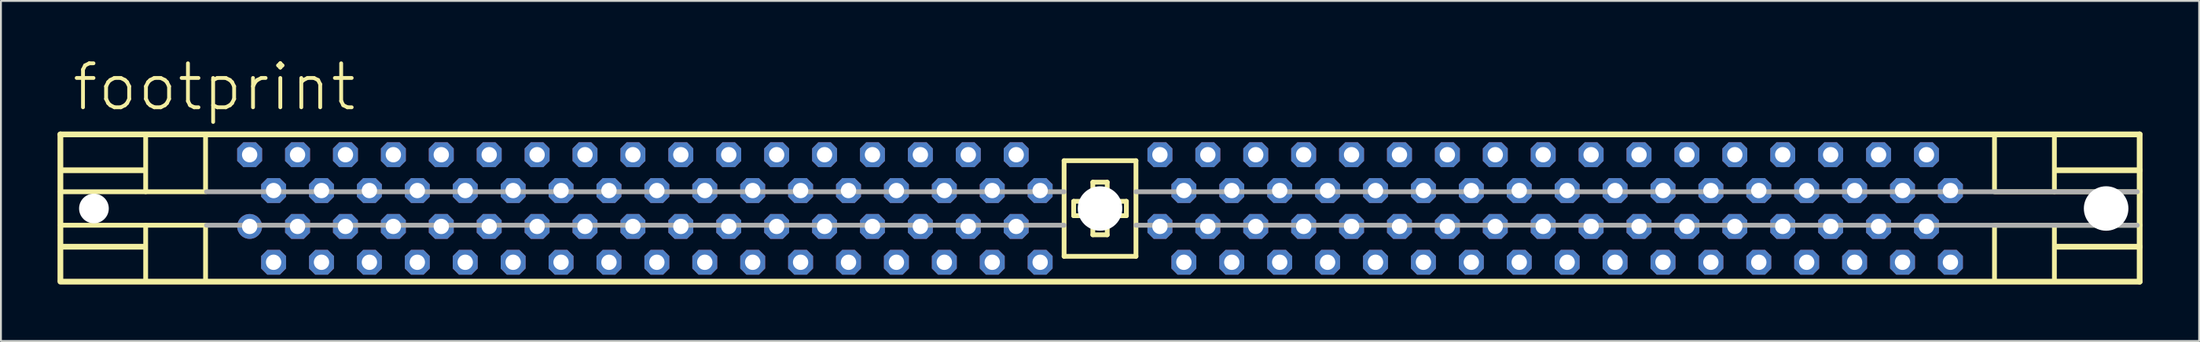
<source format=kicad_pcb>
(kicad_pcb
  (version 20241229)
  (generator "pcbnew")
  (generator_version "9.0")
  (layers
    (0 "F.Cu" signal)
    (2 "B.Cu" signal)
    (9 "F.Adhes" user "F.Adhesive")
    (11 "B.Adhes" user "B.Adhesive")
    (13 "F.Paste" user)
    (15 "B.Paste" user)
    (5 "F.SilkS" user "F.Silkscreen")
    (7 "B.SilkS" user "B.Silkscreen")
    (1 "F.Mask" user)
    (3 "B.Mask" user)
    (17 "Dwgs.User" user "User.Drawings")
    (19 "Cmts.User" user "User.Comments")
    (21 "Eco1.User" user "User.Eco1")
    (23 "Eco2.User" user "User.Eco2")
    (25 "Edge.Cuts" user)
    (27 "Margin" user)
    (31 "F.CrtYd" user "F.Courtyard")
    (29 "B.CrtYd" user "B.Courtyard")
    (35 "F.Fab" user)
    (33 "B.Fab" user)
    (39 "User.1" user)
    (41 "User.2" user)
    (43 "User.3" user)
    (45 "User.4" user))
  (footprint "footprint"
    (layer "F.Cu")
    (at 55.27 8.026)
    (property "Reference" "footprint" (at -54.61 -5.08 0) (layer "F.SilkS") (effects (font (size 2.337 2.337) (thickness 0.203)) (justify left bottom)))
    (fp_line (start -55.118 -3.937) (end -55.118 3.81) (stroke (width 0.305) (type solid)) (layer "F.SilkS"))
    (fp_line (start -55.118 -3.937) (end 55.118 -3.937) (stroke (width 0.305) (type solid)) (layer "F.SilkS"))
    (fp_line (start -55.118 -0.889) (end -47.498 -0.889) (stroke (width 0.254) (type solid)) (layer "F.SilkS"))
    (fp_line (start -55.118 0.889) (end -47.498 0.889) (stroke (width 0.254) (type solid)) (layer "F.SilkS"))
    (fp_line (start -54.991 -2.032) (end -50.673 -2.032) (stroke (width 0.305) (type solid)) (layer "F.SilkS"))
    (fp_line (start -54.991 2.032) (end -50.673 2.032) (stroke (width 0.305) (type solid)) (layer "F.SilkS"))
    (fp_line (start -50.597 -3.861) (end -50.597 -0.889) (stroke (width 0.254) (type solid)) (layer "F.SilkS"))
    (fp_line (start -50.597 0.889) (end -50.597 3.81) (stroke (width 0.254) (type solid)) (layer "F.SilkS"))
    (fp_line (start -47.422 -3.861) (end -47.422 -0.889) (stroke (width 0.254) (type solid)) (layer "F.SilkS"))
    (fp_line (start -47.422 0.889) (end -47.422 3.81) (stroke (width 0.254) (type solid)) (layer "F.SilkS"))
    (fp_line (start -1.905 -2.54) (end -1.905 2.54) (stroke (width 0.254) (type solid)) (layer "F.SilkS"))
    (fp_line (start -1.905 2.54) (end 1.905 2.54) (stroke (width 0.254) (type solid)) (layer "F.SilkS"))
    (fp_line (start -1.397 -0.381) (end -1.397 0.381) (stroke (width 0.254) (type solid)) (layer "F.SilkS"))
    (fp_line (start -1.397 0.381) (end -0.381 0.381) (stroke (width 0.254) (type solid)) (layer "F.SilkS"))
    (fp_line (start -0.381 -1.397) (end -0.381 -0.381) (stroke (width 0.254) (type solid)) (layer "F.SilkS"))
    (fp_line (start -0.381 -0.381) (end -1.397 -0.381) (stroke (width 0.254) (type solid)) (layer "F.SilkS"))
    (fp_line (start -0.381 0.381) (end -0.381 1.397) (stroke (width 0.254) (type solid)) (layer "F.SilkS"))
    (fp_line (start -0.381 1.397) (end 0.381 1.397) (stroke (width 0.254) (type solid)) (layer "F.SilkS"))
    (fp_line (start 0.381 -1.397) (end -0.381 -1.397) (stroke (width 0.254) (type solid)) (layer "F.SilkS"))
    (fp_line (start 0.381 -0.381) (end 0.381 -1.397) (stroke (width 0.254) (type solid)) (layer "F.SilkS"))
    (fp_line (start 0.381 0.381) (end 1.397 0.381) (stroke (width 0.254) (type solid)) (layer "F.SilkS"))
    (fp_line (start 0.381 1.397) (end 0.381 0.381) (stroke (width 0.254) (type solid)) (layer "F.SilkS"))
    (fp_line (start 1.397 -0.381) (end 0.381 -0.381) (stroke (width 0.254) (type solid)) (layer "F.SilkS"))
    (fp_line (start 1.397 0.381) (end 1.397 -0.381) (stroke (width 0.254) (type solid)) (layer "F.SilkS"))
    (fp_line (start 1.905 -2.54) (end -1.905 -2.54) (stroke (width 0.254) (type solid)) (layer "F.SilkS"))
    (fp_line (start 1.905 2.54) (end 1.905 -2.54) (stroke (width 0.254) (type solid)) (layer "F.SilkS"))
    (fp_line (start 47.422 -3.861) (end 47.422 -0.889) (stroke (width 0.254) (type solid)) (layer "F.SilkS"))
    (fp_line (start 47.422 0.889) (end 47.422 3.81) (stroke (width 0.254) (type solid)) (layer "F.SilkS"))
    (fp_line (start 50.597 -3.861) (end 50.597 -0.889) (stroke (width 0.254) (type solid)) (layer "F.SilkS"))
    (fp_line (start 50.597 0.889) (end 50.597 3.81) (stroke (width 0.254) (type solid)) (layer "F.SilkS"))
    (fp_line (start 55.118 -3.937) (end 55.118 -2.032) (stroke (width 0.305) (type solid)) (layer "F.SilkS"))
    (fp_line (start 55.118 -2.032) (end 50.673 -2.032) (stroke (width 0.305) (type solid)) (layer "F.SilkS"))
    (fp_line (start 55.118 -2.032) (end 55.118 -0.889) (stroke (width 0.305) (type solid)) (layer "F.SilkS"))
    (fp_line (start 55.118 -0.889) (end 47.498 -0.889) (stroke (width 0.254) (type solid)) (layer "F.SilkS"))
    (fp_line (start 55.118 -0.889) (end 55.118 0.889) (stroke (width 0.305) (type solid)) (layer "F.SilkS"))
    (fp_line (start 55.118 0.889) (end 47.498 0.889) (stroke (width 0.254) (type solid)) (layer "F.SilkS"))
    (fp_line (start 55.118 0.889) (end 55.118 2.032) (stroke (width 0.305) (type solid)) (layer "F.SilkS"))
    (fp_line (start 55.118 2.032) (end 50.673 2.032) (stroke (width 0.305) (type solid)) (layer "F.SilkS"))
    (fp_line (start 55.118 2.032) (end 55.118 3.886) (stroke (width 0.305) (type solid)) (layer "F.SilkS"))
    (fp_line (start 55.118 3.886) (end -55.118 3.886) (stroke (width 0.305) (type solid)) (layer "F.SilkS"))
    (fp_line (start -47.371 -0.889) (end -1.905 -0.889) (stroke (width 0.254) (type solid)) (layer "F.Fab"))
    (fp_line (start -47.371 0.889) (end -1.905 0.889) (stroke (width 0.254) (type solid)) (layer "F.Fab"))
    (fp_line (start 1.905 -0.889) (end 54.991 -0.889) (stroke (width 0.254) (type solid)) (layer "F.Fab"))
    (fp_line (start 1.905 0.889) (end 54.991 0.889) (stroke (width 0.254) (type solid)) (layer "F.Fab"))
    (pad "" np_thru_hole circle (at -53.34 0) (size 1.575 1.575) (drill 1.575) (layers "*.Cu" "*.Mask"))
    (pad "" np_thru_hole circle (at 0 0) (size 2.362 2.362) (drill 2.362) (layers "*.Cu" "*.Mask"))
    (pad "" np_thru_hole circle (at 53.34 0) (size 2.362 2.362) (drill 2.362) (layers "*.Cu" "*.Mask"))
    (pad "1" thru_hole circle (at -45.085 0.953) (size 1.321 1.321) (drill 0.813) (layers "*.Cu" "*.Mask"))
    (pad "2" thru_hole roundrect (at -43.815 2.857) (size 1.321 1.321) (drill 0.813) (layers "*.Cu" "*.Mask") (roundrect_rratio 0.25) (chamfer_ratio 0.25) (chamfer top_left top_right bottom_left bottom_right))
    (pad "3" thru_hole roundrect (at -42.545 0.953) (size 1.321 1.321) (drill 0.813) (layers "*.Cu" "*.Mask") (roundrect_rratio 0.25) (chamfer_ratio 0.25) (chamfer top_left top_right bottom_left bottom_right))
    (pad "4" thru_hole roundrect (at -41.275 2.857) (size 1.321 1.321) (drill 0.813) (layers "*.Cu" "*.Mask") (roundrect_rratio 0.25) (chamfer_ratio 0.25) (chamfer top_left top_right bottom_left bottom_right))
    (pad "5" thru_hole roundrect (at -40.005 0.953) (size 1.321 1.321) (drill 0.813) (layers "*.Cu" "*.Mask") (roundrect_rratio 0.25) (chamfer_ratio 0.25) (chamfer top_left top_right bottom_left bottom_right))
    (pad "6" thru_hole roundrect (at -38.735 2.857) (size 1.321 1.321) (drill 0.813) (layers "*.Cu" "*.Mask") (roundrect_rratio 0.25) (chamfer_ratio 0.25) (chamfer top_left top_right bottom_left bottom_right))
    (pad "7" thru_hole roundrect (at -37.465 0.953) (size 1.321 1.321) (drill 0.813) (layers "*.Cu" "*.Mask") (roundrect_rratio 0.25) (chamfer_ratio 0.25) (chamfer top_left top_right bottom_left bottom_right))
    (pad "8" thru_hole roundrect (at -36.195 2.857) (size 1.321 1.321) (drill 0.813) (layers "*.Cu" "*.Mask") (roundrect_rratio 0.25) (chamfer_ratio 0.25) (chamfer top_left top_right bottom_left bottom_right))
    (pad "9" thru_hole roundrect (at -34.925 0.953) (size 1.321 1.321) (drill 0.813) (layers "*.Cu" "*.Mask") (roundrect_rratio 0.25) (chamfer_ratio 0.25) (chamfer top_left top_right bottom_left bottom_right))
    (pad "10" thru_hole roundrect (at -33.655 2.857) (size 1.321 1.321) (drill 0.813) (layers "*.Cu" "*.Mask") (roundrect_rratio 0.25) (chamfer_ratio 0.25) (chamfer top_left top_right bottom_left bottom_right))
    (pad "11" thru_hole roundrect (at -32.385 0.953) (size 1.321 1.321) (drill 0.813) (layers "*.Cu" "*.Mask") (roundrect_rratio 0.25) (chamfer_ratio 0.25) (chamfer top_left top_right bottom_left bottom_right))
    (pad "12" thru_hole roundrect (at -31.115 2.857) (size 1.321 1.321) (drill 0.813) (layers "*.Cu" "*.Mask") (roundrect_rratio 0.25) (chamfer_ratio 0.25) (chamfer top_left top_right bottom_left bottom_right))
    (pad "13" thru_hole roundrect (at -29.845 0.953) (size 1.321 1.321) (drill 0.813) (layers "*.Cu" "*.Mask") (roundrect_rratio 0.25) (chamfer_ratio 0.25) (chamfer top_left top_right bottom_left bottom_right))
    (pad "14" thru_hole roundrect (at -28.575 2.857) (size 1.321 1.321) (drill 0.813) (layers "*.Cu" "*.Mask") (roundrect_rratio 0.25) (chamfer_ratio 0.25) (chamfer top_left top_right bottom_left bottom_right))
    (pad "15" thru_hole roundrect (at -27.305 0.953) (size 1.321 1.321) (drill 0.813) (layers "*.Cu" "*.Mask") (roundrect_rratio 0.25) (chamfer_ratio 0.25) (chamfer top_left top_right bottom_left bottom_right))
    (pad "16" thru_hole roundrect (at -26.035 2.857) (size 1.321 1.321) (drill 0.813) (layers "*.Cu" "*.Mask") (roundrect_rratio 0.25) (chamfer_ratio 0.25) (chamfer top_left top_right bottom_left bottom_right))
    (pad "17" thru_hole roundrect (at -24.765 0.953) (size 1.321 1.321) (drill 0.813) (layers "*.Cu" "*.Mask") (roundrect_rratio 0.25) (chamfer_ratio 0.25) (chamfer top_left top_right bottom_left bottom_right))
    (pad "18" thru_hole roundrect (at -23.495 2.857) (size 1.321 1.321) (drill 0.813) (layers "*.Cu" "*.Mask") (roundrect_rratio 0.25) (chamfer_ratio 0.25) (chamfer top_left top_right bottom_left bottom_right))
    (pad "19" thru_hole roundrect (at -22.225 0.953) (size 1.321 1.321) (drill 0.813) (layers "*.Cu" "*.Mask") (roundrect_rratio 0.25) (chamfer_ratio 0.25) (chamfer top_left top_right bottom_left bottom_right))
    (pad "20" thru_hole roundrect (at -20.955 2.857) (size 1.321 1.321) (drill 0.813) (layers "*.Cu" "*.Mask") (roundrect_rratio 0.25) (chamfer_ratio 0.25) (chamfer top_left top_right bottom_left bottom_right))
    (pad "21" thru_hole roundrect (at -19.685 0.953) (size 1.321 1.321) (drill 0.813) (layers "*.Cu" "*.Mask") (roundrect_rratio 0.25) (chamfer_ratio 0.25) (chamfer top_left top_right bottom_left bottom_right))
    (pad "22" thru_hole roundrect (at -18.415 2.857) (size 1.321 1.321) (drill 0.813) (layers "*.Cu" "*.Mask") (roundrect_rratio 0.25) (chamfer_ratio 0.25) (chamfer top_left top_right bottom_left bottom_right))
    (pad "23" thru_hole roundrect (at -17.145 0.953) (size 1.321 1.321) (drill 0.813) (layers "*.Cu" "*.Mask") (roundrect_rratio 0.25) (chamfer_ratio 0.25) (chamfer top_left top_right bottom_left bottom_right))
    (pad "24" thru_hole roundrect (at -15.875 2.857) (size 1.321 1.321) (drill 0.813) (layers "*.Cu" "*.Mask") (roundrect_rratio 0.25) (chamfer_ratio 0.25) (chamfer top_left top_right bottom_left bottom_right))
    (pad "25" thru_hole roundrect (at -14.605 0.953) (size 1.321 1.321) (drill 0.813) (layers "*.Cu" "*.Mask") (roundrect_rratio 0.25) (chamfer_ratio 0.25) (chamfer top_left top_right bottom_left bottom_right))
    (pad "26" thru_hole roundrect (at -13.335 2.857) (size 1.321 1.321) (drill 0.813) (layers "*.Cu" "*.Mask") (roundrect_rratio 0.25) (chamfer_ratio 0.25) (chamfer top_left top_right bottom_left bottom_right))
    (pad "27" thru_hole roundrect (at -12.065 0.953) (size 1.321 1.321) (drill 0.813) (layers "*.Cu" "*.Mask") (roundrect_rratio 0.25) (chamfer_ratio 0.25) (chamfer top_left top_right bottom_left bottom_right))
    (pad "28" thru_hole roundrect (at -10.795 2.857) (size 1.321 1.321) (drill 0.813) (layers "*.Cu" "*.Mask") (roundrect_rratio 0.25) (chamfer_ratio 0.25) (chamfer top_left top_right bottom_left bottom_right))
    (pad "29" thru_hole roundrect (at -9.525 0.953) (size 1.321 1.321) (drill 0.813) (layers "*.Cu" "*.Mask") (roundrect_rratio 0.25) (chamfer_ratio 0.25) (chamfer top_left top_right bottom_left bottom_right))
    (pad "30" thru_hole roundrect (at -8.255 2.857) (size 1.321 1.321) (drill 0.813) (layers "*.Cu" "*.Mask") (roundrect_rratio 0.25) (chamfer_ratio 0.25) (chamfer top_left top_right bottom_left bottom_right))
    (pad "31" thru_hole roundrect (at -6.985 0.953) (size 1.321 1.321) (drill 0.813) (layers "*.Cu" "*.Mask") (roundrect_rratio 0.25) (chamfer_ratio 0.25) (chamfer top_left top_right bottom_left bottom_right))
    (pad "32" thru_hole roundrect (at -5.715 2.857) (size 1.321 1.321) (drill 0.813) (layers "*.Cu" "*.Mask") (roundrect_rratio 0.25) (chamfer_ratio 0.25) (chamfer top_left top_right bottom_left bottom_right))
    (pad "33" thru_hole roundrect (at -4.445 0.953) (size 1.321 1.321) (drill 0.813) (layers "*.Cu" "*.Mask") (roundrect_rratio 0.25) (chamfer_ratio 0.25) (chamfer top_left top_right bottom_left bottom_right))
    (pad "34" thru_hole roundrect (at -3.175 2.857) (size 1.321 1.321) (drill 0.813) (layers "*.Cu" "*.Mask") (roundrect_rratio 0.25) (chamfer_ratio 0.25) (chamfer top_left top_right bottom_left bottom_right))
    (pad "35" thru_hole roundrect (at 3.175 0.953) (size 1.321 1.321) (drill 0.813) (layers "*.Cu" "*.Mask") (roundrect_rratio 0.25) (chamfer_ratio 0.25) (chamfer top_left top_right bottom_left bottom_right))
    (pad "36" thru_hole roundrect (at 4.445 2.857) (size 1.321 1.321) (drill 0.813) (layers "*.Cu" "*.Mask") (roundrect_rratio 0.25) (chamfer_ratio 0.25) (chamfer top_left top_right bottom_left bottom_right))
    (pad "37" thru_hole roundrect (at 5.715 0.953) (size 1.321 1.321) (drill 0.813) (layers "*.Cu" "*.Mask") (roundrect_rratio 0.25) (chamfer_ratio 0.25) (chamfer top_left top_right bottom_left bottom_right))
    (pad "38" thru_hole roundrect (at 6.985 2.857) (size 1.321 1.321) (drill 0.813) (layers "*.Cu" "*.Mask") (roundrect_rratio 0.25) (chamfer_ratio 0.25) (chamfer top_left top_right bottom_left bottom_right))
    (pad "39" thru_hole roundrect (at 8.255 0.953) (size 1.321 1.321) (drill 0.813) (layers "*.Cu" "*.Mask") (roundrect_rratio 0.25) (chamfer_ratio 0.25) (chamfer top_left top_right bottom_left bottom_right))
    (pad "40" thru_hole roundrect (at 9.525 2.857) (size 1.321 1.321) (drill 0.813) (layers "*.Cu" "*.Mask") (roundrect_rratio 0.25) (chamfer_ratio 0.25) (chamfer top_left top_right bottom_left bottom_right))
    (pad "41" thru_hole roundrect (at 10.795 0.953) (size 1.321 1.321) (drill 0.813) (layers "*.Cu" "*.Mask") (roundrect_rratio 0.25) (chamfer_ratio 0.25) (chamfer top_left top_right bottom_left bottom_right))
    (pad "42" thru_hole roundrect (at 12.065 2.857) (size 1.321 1.321) (drill 0.813) (layers "*.Cu" "*.Mask") (roundrect_rratio 0.25) (chamfer_ratio 0.25) (chamfer top_left top_right bottom_left bottom_right))
    (pad "43" thru_hole roundrect (at 13.335 0.953) (size 1.321 1.321) (drill 0.813) (layers "*.Cu" "*.Mask") (roundrect_rratio 0.25) (chamfer_ratio 0.25) (chamfer top_left top_right bottom_left bottom_right))
    (pad "44" thru_hole roundrect (at 14.605 2.857) (size 1.321 1.321) (drill 0.813) (layers "*.Cu" "*.Mask") (roundrect_rratio 0.25) (chamfer_ratio 0.25) (chamfer top_left top_right bottom_left bottom_right))
    (pad "45" thru_hole roundrect (at 15.875 0.953) (size 1.321 1.321) (drill 0.813) (layers "*.Cu" "*.Mask") (roundrect_rratio 0.25) (chamfer_ratio 0.25) (chamfer top_left top_right bottom_left bottom_right))
    (pad "46" thru_hole roundrect (at 17.145 2.857) (size 1.321 1.321) (drill 0.813) (layers "*.Cu" "*.Mask") (roundrect_rratio 0.25) (chamfer_ratio 0.25) (chamfer top_left top_right bottom_left bottom_right))
    (pad "47" thru_hole roundrect (at 18.415 0.953) (size 1.321 1.321) (drill 0.813) (layers "*.Cu" "*.Mask") (roundrect_rratio 0.25) (chamfer_ratio 0.25) (chamfer top_left top_right bottom_left bottom_right))
    (pad "48" thru_hole roundrect (at 19.685 2.857) (size 1.321 1.321) (drill 0.813) (layers "*.Cu" "*.Mask") (roundrect_rratio 0.25) (chamfer_ratio 0.25) (chamfer top_left top_right bottom_left bottom_right))
    (pad "49" thru_hole roundrect (at 20.955 0.953) (size 1.321 1.321) (drill 0.813) (layers "*.Cu" "*.Mask") (roundrect_rratio 0.25) (chamfer_ratio 0.25) (chamfer top_left top_right bottom_left bottom_right))
    (pad "50" thru_hole roundrect (at 22.225 2.857) (size 1.321 1.321) (drill 0.813) (layers "*.Cu" "*.Mask") (roundrect_rratio 0.25) (chamfer_ratio 0.25) (chamfer top_left top_right bottom_left bottom_right))
    (pad "51" thru_hole roundrect (at 23.495 0.953) (size 1.321 1.321) (drill 0.813) (layers "*.Cu" "*.Mask") (roundrect_rratio 0.25) (chamfer_ratio 0.25) (chamfer top_left top_right bottom_left bottom_right))
    (pad "52" thru_hole roundrect (at 24.765 2.857) (size 1.321 1.321) (drill 0.813) (layers "*.Cu" "*.Mask") (roundrect_rratio 0.25) (chamfer_ratio 0.25) (chamfer top_left top_right bottom_left bottom_right))
    (pad "53" thru_hole roundrect (at 26.035 0.953) (size 1.321 1.321) (drill 0.813) (layers "*.Cu" "*.Mask") (roundrect_rratio 0.25) (chamfer_ratio 0.25) (chamfer top_left top_right bottom_left bottom_right))
    (pad "54" thru_hole roundrect (at 27.305 2.857) (size 1.321 1.321) (drill 0.813) (layers "*.Cu" "*.Mask") (roundrect_rratio 0.25) (chamfer_ratio 0.25) (chamfer top_left top_right bottom_left bottom_right))
    (pad "55" thru_hole roundrect (at 28.575 0.953) (size 1.321 1.321) (drill 0.813) (layers "*.Cu" "*.Mask") (roundrect_rratio 0.25) (chamfer_ratio 0.25) (chamfer top_left top_right bottom_left bottom_right))
    (pad "56" thru_hole roundrect (at 29.845 2.857) (size 1.321 1.321) (drill 0.813) (layers "*.Cu" "*.Mask") (roundrect_rratio 0.25) (chamfer_ratio 0.25) (chamfer top_left top_right bottom_left bottom_right))
    (pad "57" thru_hole roundrect (at 31.115 0.953) (size 1.321 1.321) (drill 0.813) (layers "*.Cu" "*.Mask") (roundrect_rratio 0.25) (chamfer_ratio 0.25) (chamfer top_left top_right bottom_left bottom_right))
    (pad "58" thru_hole roundrect (at 32.385 2.857) (size 1.321 1.321) (drill 0.813) (layers "*.Cu" "*.Mask") (roundrect_rratio 0.25) (chamfer_ratio 0.25) (chamfer top_left top_right bottom_left bottom_right))
    (pad "59" thru_hole roundrect (at 33.655 0.953) (size 1.321 1.321) (drill 0.813) (layers "*.Cu" "*.Mask") (roundrect_rratio 0.25) (chamfer_ratio 0.25) (chamfer top_left top_right bottom_left bottom_right))
    (pad "60" thru_hole roundrect (at 34.925 2.857) (size 1.321 1.321) (drill 0.813) (layers "*.Cu" "*.Mask") (roundrect_rratio 0.25) (chamfer_ratio 0.25) (chamfer top_left top_right bottom_left bottom_right))
    (pad "61" thru_hole roundrect (at 36.195 0.953) (size 1.321 1.321) (drill 0.813) (layers "*.Cu" "*.Mask") (roundrect_rratio 0.25) (chamfer_ratio 0.25) (chamfer top_left top_right bottom_left bottom_right))
    (pad "62" thru_hole roundrect (at 37.465 2.857) (size 1.321 1.321) (drill 0.813) (layers "*.Cu" "*.Mask") (roundrect_rratio 0.25) (chamfer_ratio 0.25) (chamfer top_left top_right bottom_left bottom_right))
    (pad "63" thru_hole roundrect (at 38.735 0.953) (size 1.321 1.321) (drill 0.813) (layers "*.Cu" "*.Mask") (roundrect_rratio 0.25) (chamfer_ratio 0.25) (chamfer top_left top_right bottom_left bottom_right))
    (pad "64" thru_hole roundrect (at 40.005 2.857) (size 1.321 1.321) (drill 0.813) (layers "*.Cu" "*.Mask") (roundrect_rratio 0.25) (chamfer_ratio 0.25) (chamfer top_left top_right bottom_left bottom_right))
    (pad "65" thru_hole roundrect (at 41.275 0.953) (size 1.321 1.321) (drill 0.813) (layers "*.Cu" "*.Mask") (roundrect_rratio 0.25) (chamfer_ratio 0.25) (chamfer top_left top_right bottom_left bottom_right))
    (pad "66" thru_hole roundrect (at 42.545 2.857) (size 1.321 1.321) (drill 0.813) (layers "*.Cu" "*.Mask") (roundrect_rratio 0.25) (chamfer_ratio 0.25) (chamfer top_left top_right bottom_left bottom_right))
    (pad "67" thru_hole roundrect (at 43.815 0.953) (size 1.321 1.321) (drill 0.813) (layers "*.Cu" "*.Mask") (roundrect_rratio 0.25) (chamfer_ratio 0.25) (chamfer top_left top_right bottom_left bottom_right))
    (pad "68" thru_hole roundrect (at 45.085 2.857) (size 1.321 1.321) (drill 0.813) (layers "*.Cu" "*.Mask") (roundrect_rratio 0.25) (chamfer_ratio 0.25) (chamfer top_left top_right bottom_left bottom_right))
    (pad "69" thru_hole roundrect (at -45.085 -2.857) (size 1.321 1.321) (drill 0.813) (layers "*.Cu" "*.Mask") (roundrect_rratio 0.25) (chamfer_ratio 0.25) (chamfer top_left top_right bottom_left bottom_right))
    (pad "70" thru_hole roundrect (at -43.815 -0.953) (size 1.321 1.321) (drill 0.813) (layers "*.Cu" "*.Mask") (roundrect_rratio 0.25) (chamfer_ratio 0.25) (chamfer top_left top_right bottom_left bottom_right))
    (pad "71" thru_hole roundrect (at -42.545 -2.857) (size 1.321 1.321) (drill 0.813) (layers "*.Cu" "*.Mask") (roundrect_rratio 0.25) (chamfer_ratio 0.25) (chamfer top_left top_right bottom_left bottom_right))
    (pad "72" thru_hole roundrect (at -41.275 -0.953) (size 1.321 1.321) (drill 0.813) (layers "*.Cu" "*.Mask") (roundrect_rratio 0.25) (chamfer_ratio 0.25) (chamfer top_left top_right bottom_left bottom_right))
    (pad "73" thru_hole roundrect (at -40.005 -2.857) (size 1.321 1.321) (drill 0.813) (layers "*.Cu" "*.Mask") (roundrect_rratio 0.25) (chamfer_ratio 0.25) (chamfer top_left top_right bottom_left bottom_right))
    (pad "74" thru_hole roundrect (at -38.735 -0.953) (size 1.321 1.321) (drill 0.813) (layers "*.Cu" "*.Mask") (roundrect_rratio 0.25) (chamfer_ratio 0.25) (chamfer top_left top_right bottom_left bottom_right))
    (pad "75" thru_hole roundrect (at -37.465 -2.857) (size 1.321 1.321) (drill 0.813) (layers "*.Cu" "*.Mask") (roundrect_rratio 0.25) (chamfer_ratio 0.25) (chamfer top_left top_right bottom_left bottom_right))
    (pad "76" thru_hole roundrect (at -36.195 -0.953) (size 1.321 1.321) (drill 0.813) (layers "*.Cu" "*.Mask") (roundrect_rratio 0.25) (chamfer_ratio 0.25) (chamfer top_left top_right bottom_left bottom_right))
    (pad "77" thru_hole roundrect (at -34.925 -2.857) (size 1.321 1.321) (drill 0.813) (layers "*.Cu" "*.Mask") (roundrect_rratio 0.25) (chamfer_ratio 0.25) (chamfer top_left top_right bottom_left bottom_right))
    (pad "78" thru_hole roundrect (at -33.655 -0.953) (size 1.321 1.321) (drill 0.813) (layers "*.Cu" "*.Mask") (roundrect_rratio 0.25) (chamfer_ratio 0.25) (chamfer top_left top_right bottom_left bottom_right))
    (pad "79" thru_hole roundrect (at -32.385 -2.857) (size 1.321 1.321) (drill 0.813) (layers "*.Cu" "*.Mask") (roundrect_rratio 0.25) (chamfer_ratio 0.25) (chamfer top_left top_right bottom_left bottom_right))
    (pad "80" thru_hole roundrect (at -31.115 -0.953) (size 1.321 1.321) (drill 0.813) (layers "*.Cu" "*.Mask") (roundrect_rratio 0.25) (chamfer_ratio 0.25) (chamfer top_left top_right bottom_left bottom_right))
    (pad "81" thru_hole roundrect (at -29.845 -2.857) (size 1.321 1.321) (drill 0.813) (layers "*.Cu" "*.Mask") (roundrect_rratio 0.25) (chamfer_ratio 0.25) (chamfer top_left top_right bottom_left bottom_right))
    (pad "82" thru_hole roundrect (at -28.575 -0.953) (size 1.321 1.321) (drill 0.813) (layers "*.Cu" "*.Mask") (roundrect_rratio 0.25) (chamfer_ratio 0.25) (chamfer top_left top_right bottom_left bottom_right))
    (pad "83" thru_hole roundrect (at -27.305 -2.857) (size 1.321 1.321) (drill 0.813) (layers "*.Cu" "*.Mask") (roundrect_rratio 0.25) (chamfer_ratio 0.25) (chamfer top_left top_right bottom_left bottom_right))
    (pad "84" thru_hole roundrect (at -26.035 -0.953) (size 1.321 1.321) (drill 0.813) (layers "*.Cu" "*.Mask") (roundrect_rratio 0.25) (chamfer_ratio 0.25) (chamfer top_left top_right bottom_left bottom_right))
    (pad "85" thru_hole roundrect (at -24.765 -2.857) (size 1.321 1.321) (drill 0.813) (layers "*.Cu" "*.Mask") (roundrect_rratio 0.25) (chamfer_ratio 0.25) (chamfer top_left top_right bottom_left bottom_right))
    (pad "86" thru_hole roundrect (at -23.495 -0.953) (size 1.321 1.321) (drill 0.813) (layers "*.Cu" "*.Mask") (roundrect_rratio 0.25) (chamfer_ratio 0.25) (chamfer top_left top_right bottom_left bottom_right))
    (pad "87" thru_hole roundrect (at -22.225 -2.857) (size 1.321 1.321) (drill 0.813) (layers "*.Cu" "*.Mask") (roundrect_rratio 0.25) (chamfer_ratio 0.25) (chamfer top_left top_right bottom_left bottom_right))
    (pad "88" thru_hole roundrect (at -20.955 -0.953) (size 1.321 1.321) (drill 0.813) (layers "*.Cu" "*.Mask") (roundrect_rratio 0.25) (chamfer_ratio 0.25) (chamfer top_left top_right bottom_left bottom_right))
    (pad "89" thru_hole roundrect (at -19.685 -2.857) (size 1.321 1.321) (drill 0.813) (layers "*.Cu" "*.Mask") (roundrect_rratio 0.25) (chamfer_ratio 0.25) (chamfer top_left top_right bottom_left bottom_right))
    (pad "90" thru_hole roundrect (at -18.415 -0.953) (size 1.321 1.321) (drill 0.813) (layers "*.Cu" "*.Mask") (roundrect_rratio 0.25) (chamfer_ratio 0.25) (chamfer top_left top_right bottom_left bottom_right))
    (pad "91" thru_hole roundrect (at -17.145 -2.857) (size 1.321 1.321) (drill 0.813) (layers "*.Cu" "*.Mask") (roundrect_rratio 0.25) (chamfer_ratio 0.25) (chamfer top_left top_right bottom_left bottom_right))
    (pad "92" thru_hole roundrect (at -15.875 -0.953) (size 1.321 1.321) (drill 0.813) (layers "*.Cu" "*.Mask") (roundrect_rratio 0.25) (chamfer_ratio 0.25) (chamfer top_left top_right bottom_left bottom_right))
    (pad "93" thru_hole roundrect (at -14.605 -2.857) (size 1.321 1.321) (drill 0.813) (layers "*.Cu" "*.Mask") (roundrect_rratio 0.25) (chamfer_ratio 0.25) (chamfer top_left top_right bottom_left bottom_right))
    (pad "94" thru_hole roundrect (at -13.335 -0.953) (size 1.321 1.321) (drill 0.813) (layers "*.Cu" "*.Mask") (roundrect_rratio 0.25) (chamfer_ratio 0.25) (chamfer top_left top_right bottom_left bottom_right))
    (pad "95" thru_hole roundrect (at -12.065 -2.857) (size 1.321 1.321) (drill 0.813) (layers "*.Cu" "*.Mask") (roundrect_rratio 0.25) (chamfer_ratio 0.25) (chamfer top_left top_right bottom_left bottom_right))
    (pad "96" thru_hole roundrect (at -10.795 -0.953) (size 1.321 1.321) (drill 0.813) (layers "*.Cu" "*.Mask") (roundrect_rratio 0.25) (chamfer_ratio 0.25) (chamfer top_left top_right bottom_left bottom_right))
    (pad "97" thru_hole roundrect (at -9.525 -2.857) (size 1.321 1.321) (drill 0.813) (layers "*.Cu" "*.Mask") (roundrect_rratio 0.25) (chamfer_ratio 0.25) (chamfer top_left top_right bottom_left bottom_right))
    (pad "98" thru_hole roundrect (at -8.255 -0.953) (size 1.321 1.321) (drill 0.813) (layers "*.Cu" "*.Mask") (roundrect_rratio 0.25) (chamfer_ratio 0.25) (chamfer top_left top_right bottom_left bottom_right))
    (pad "99" thru_hole roundrect (at -6.985 -2.857) (size 1.321 1.321) (drill 0.813) (layers "*.Cu" "*.Mask") (roundrect_rratio 0.25) (chamfer_ratio 0.25) (chamfer top_left top_right bottom_left bottom_right))
    (pad "100" thru_hole roundrect (at -5.715 -0.953) (size 1.321 1.321) (drill 0.813) (layers "*.Cu" "*.Mask") (roundrect_rratio 0.25) (chamfer_ratio 0.25) (chamfer top_left top_right bottom_left bottom_right))
    (pad "101" thru_hole roundrect (at -4.445 -2.857) (size 1.321 1.321) (drill 0.813) (layers "*.Cu" "*.Mask") (roundrect_rratio 0.25) (chamfer_ratio 0.25) (chamfer top_left top_right bottom_left bottom_right))
    (pad "102" thru_hole roundrect (at -3.175 -0.953) (size 1.321 1.321) (drill 0.813) (layers "*.Cu" "*.Mask") (roundrect_rratio 0.25) (chamfer_ratio 0.25) (chamfer top_left top_right bottom_left bottom_right))
    (pad "103" thru_hole roundrect (at 3.175 -2.857) (size 1.321 1.321) (drill 0.813) (layers "*.Cu" "*.Mask") (roundrect_rratio 0.25) (chamfer_ratio 0.25) (chamfer top_left top_right bottom_left bottom_right))
    (pad "104" thru_hole roundrect (at 4.445 -0.953) (size 1.321 1.321) (drill 0.813) (layers "*.Cu" "*.Mask") (roundrect_rratio 0.25) (chamfer_ratio 0.25) (chamfer top_left top_right bottom_left bottom_right))
    (pad "105" thru_hole roundrect (at 5.715 -2.857) (size 1.321 1.321) (drill 0.813) (layers "*.Cu" "*.Mask") (roundrect_rratio 0.25) (chamfer_ratio 0.25) (chamfer top_left top_right bottom_left bottom_right))
    (pad "106" thru_hole roundrect (at 6.985 -0.953) (size 1.321 1.321) (drill 0.813) (layers "*.Cu" "*.Mask") (roundrect_rratio 0.25) (chamfer_ratio 0.25) (chamfer top_left top_right bottom_left bottom_right))
    (pad "107" thru_hole roundrect (at 8.255 -2.857) (size 1.321 1.321) (drill 0.813) (layers "*.Cu" "*.Mask") (roundrect_rratio 0.25) (chamfer_ratio 0.25) (chamfer top_left top_right bottom_left bottom_right))
    (pad "108" thru_hole roundrect (at 9.525 -0.953) (size 1.321 1.321) (drill 0.813) (layers "*.Cu" "*.Mask") (roundrect_rratio 0.25) (chamfer_ratio 0.25) (chamfer top_left top_right bottom_left bottom_right))
    (pad "109" thru_hole roundrect (at 10.795 -2.857) (size 1.321 1.321) (drill 0.813) (layers "*.Cu" "*.Mask") (roundrect_rratio 0.25) (chamfer_ratio 0.25) (chamfer top_left top_right bottom_left bottom_right))
    (pad "110" thru_hole roundrect (at 12.065 -0.953) (size 1.321 1.321) (drill 0.813) (layers "*.Cu" "*.Mask") (roundrect_rratio 0.25) (chamfer_ratio 0.25) (chamfer top_left top_right bottom_left bottom_right))
    (pad "111" thru_hole roundrect (at 13.335 -2.857) (size 1.321 1.321) (drill 0.813) (layers "*.Cu" "*.Mask") (roundrect_rratio 0.25) (chamfer_ratio 0.25) (chamfer top_left top_right bottom_left bottom_right))
    (pad "112" thru_hole roundrect (at 14.605 -0.953) (size 1.321 1.321) (drill 0.813) (layers "*.Cu" "*.Mask") (roundrect_rratio 0.25) (chamfer_ratio 0.25) (chamfer top_left top_right bottom_left bottom_right))
    (pad "113" thru_hole roundrect (at 15.875 -2.857) (size 1.321 1.321) (drill 0.813) (layers "*.Cu" "*.Mask") (roundrect_rratio 0.25) (chamfer_ratio 0.25) (chamfer top_left top_right bottom_left bottom_right))
    (pad "114" thru_hole roundrect (at 17.145 -0.953) (size 1.321 1.321) (drill 0.813) (layers "*.Cu" "*.Mask") (roundrect_rratio 0.25) (chamfer_ratio 0.25) (chamfer top_left top_right bottom_left bottom_right))
    (pad "115" thru_hole roundrect (at 18.415 -2.857) (size 1.321 1.321) (drill 0.813) (layers "*.Cu" "*.Mask") (roundrect_rratio 0.25) (chamfer_ratio 0.25) (chamfer top_left top_right bottom_left bottom_right))
    (pad "116" thru_hole roundrect (at 19.685 -0.953) (size 1.321 1.321) (drill 0.813) (layers "*.Cu" "*.Mask") (roundrect_rratio 0.25) (chamfer_ratio 0.25) (chamfer top_left top_right bottom_left bottom_right))
    (pad "117" thru_hole roundrect (at 20.955 -2.857) (size 1.321 1.321) (drill 0.813) (layers "*.Cu" "*.Mask") (roundrect_rratio 0.25) (chamfer_ratio 0.25) (chamfer top_left top_right bottom_left bottom_right))
    (pad "118" thru_hole roundrect (at 22.225 -0.953) (size 1.321 1.321) (drill 0.813) (layers "*.Cu" "*.Mask") (roundrect_rratio 0.25) (chamfer_ratio 0.25) (chamfer top_left top_right bottom_left bottom_right))
    (pad "119" thru_hole roundrect (at 23.495 -2.857) (size 1.321 1.321) (drill 0.813) (layers "*.Cu" "*.Mask") (roundrect_rratio 0.25) (chamfer_ratio 0.25) (chamfer top_left top_right bottom_left bottom_right))
    (pad "120" thru_hole roundrect (at 24.765 -0.953) (size 1.321 1.321) (drill 0.813) (layers "*.Cu" "*.Mask") (roundrect_rratio 0.25) (chamfer_ratio 0.25) (chamfer top_left top_right bottom_left bottom_right))
    (pad "121" thru_hole roundrect (at 26.035 -2.857) (size 1.321 1.321) (drill 0.813) (layers "*.Cu" "*.Mask") (roundrect_rratio 0.25) (chamfer_ratio 0.25) (chamfer top_left top_right bottom_left bottom_right))
    (pad "122" thru_hole roundrect (at 27.305 -0.953) (size 1.321 1.321) (drill 0.813) (layers "*.Cu" "*.Mask") (roundrect_rratio 0.25) (chamfer_ratio 0.25) (chamfer top_left top_right bottom_left bottom_right))
    (pad "123" thru_hole roundrect (at 28.575 -2.857) (size 1.321 1.321) (drill 0.813) (layers "*.Cu" "*.Mask") (roundrect_rratio 0.25) (chamfer_ratio 0.25) (chamfer top_left top_right bottom_left bottom_right))
    (pad "124" thru_hole roundrect (at 29.845 -0.953) (size 1.321 1.321) (drill 0.813) (layers "*.Cu" "*.Mask") (roundrect_rratio 0.25) (chamfer_ratio 0.25) (chamfer top_left top_right bottom_left bottom_right))
    (pad "125" thru_hole roundrect (at 31.115 -2.857) (size 1.321 1.321) (drill 0.813) (layers "*.Cu" "*.Mask") (roundrect_rratio 0.25) (chamfer_ratio 0.25) (chamfer top_left top_right bottom_left bottom_right))
    (pad "126" thru_hole roundrect (at 32.385 -0.953) (size 1.321 1.321) (drill 0.813) (layers "*.Cu" "*.Mask") (roundrect_rratio 0.25) (chamfer_ratio 0.25) (chamfer top_left top_right bottom_left bottom_right))
    (pad "127" thru_hole roundrect (at 33.655 -2.857) (size 1.321 1.321) (drill 0.813) (layers "*.Cu" "*.Mask") (roundrect_rratio 0.25) (chamfer_ratio 0.25) (chamfer top_left top_right bottom_left bottom_right))
    (pad "128" thru_hole roundrect (at 34.925 -0.953) (size 1.321 1.321) (drill 0.813) (layers "*.Cu" "*.Mask") (roundrect_rratio 0.25) (chamfer_ratio 0.25) (chamfer top_left top_right bottom_left bottom_right))
    (pad "129" thru_hole roundrect (at 36.195 -2.857) (size 1.321 1.321) (drill 0.813) (layers "*.Cu" "*.Mask") (roundrect_rratio 0.25) (chamfer_ratio 0.25) (chamfer top_left top_right bottom_left bottom_right))
    (pad "130" thru_hole roundrect (at 37.465 -0.953) (size 1.321 1.321) (drill 0.813) (layers "*.Cu" "*.Mask") (roundrect_rratio 0.25) (chamfer_ratio 0.25) (chamfer top_left top_right bottom_left bottom_right))
    (pad "131" thru_hole roundrect (at 38.735 -2.857) (size 1.321 1.321) (drill 0.813) (layers "*.Cu" "*.Mask") (roundrect_rratio 0.25) (chamfer_ratio 0.25) (chamfer top_left top_right bottom_left bottom_right))
    (pad "132" thru_hole roundrect (at 40.005 -0.953) (size 1.321 1.321) (drill 0.813) (layers "*.Cu" "*.Mask") (roundrect_rratio 0.25) (chamfer_ratio 0.25) (chamfer top_left top_right bottom_left bottom_right))
    (pad "133" thru_hole roundrect (at 41.275 -2.857) (size 1.321 1.321) (drill 0.813) (layers "*.Cu" "*.Mask") (roundrect_rratio 0.25) (chamfer_ratio 0.25) (chamfer top_left top_right bottom_left bottom_right))
    (pad "134" thru_hole roundrect (at 42.545 -0.953) (size 1.321 1.321) (drill 0.813) (layers "*.Cu" "*.Mask") (roundrect_rratio 0.25) (chamfer_ratio 0.25) (chamfer top_left top_right bottom_left bottom_right))
    (pad "135" thru_hole roundrect (at 43.815 -2.857) (size 1.321 1.321) (drill 0.813) (layers "*.Cu" "*.Mask") (roundrect_rratio 0.25) (chamfer_ratio 0.25) (chamfer top_left top_right bottom_left bottom_right))
    (pad "136" thru_hole roundrect (at 45.085 -0.953) (size 1.321 1.321) (drill 0.813) (layers "*.Cu" "*.Mask") (roundrect_rratio 0.25) (chamfer_ratio 0.25) (chamfer top_left top_right bottom_left bottom_right)))
  (gr_rect
    (start -3 -3)
    (end 113.541 15.065)
    (stroke (width 0.1) (type default))
    (fill no)
    (layer "Edge.Cuts")))
</source>
